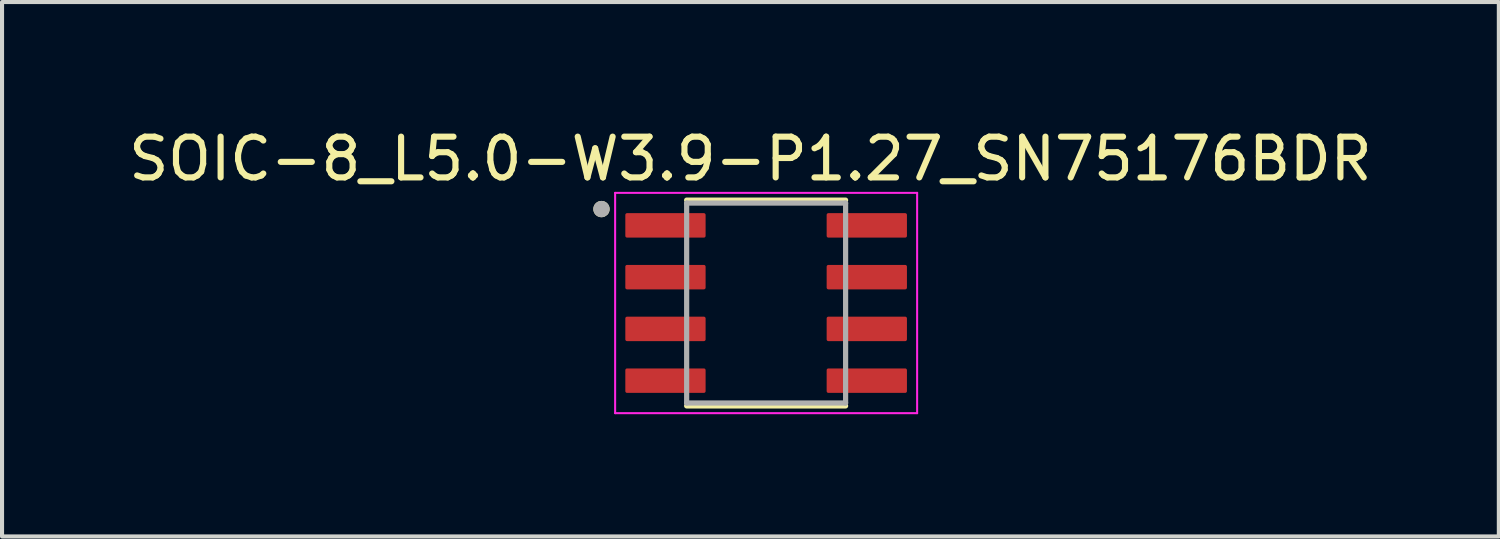
<source format=kicad_pcb>
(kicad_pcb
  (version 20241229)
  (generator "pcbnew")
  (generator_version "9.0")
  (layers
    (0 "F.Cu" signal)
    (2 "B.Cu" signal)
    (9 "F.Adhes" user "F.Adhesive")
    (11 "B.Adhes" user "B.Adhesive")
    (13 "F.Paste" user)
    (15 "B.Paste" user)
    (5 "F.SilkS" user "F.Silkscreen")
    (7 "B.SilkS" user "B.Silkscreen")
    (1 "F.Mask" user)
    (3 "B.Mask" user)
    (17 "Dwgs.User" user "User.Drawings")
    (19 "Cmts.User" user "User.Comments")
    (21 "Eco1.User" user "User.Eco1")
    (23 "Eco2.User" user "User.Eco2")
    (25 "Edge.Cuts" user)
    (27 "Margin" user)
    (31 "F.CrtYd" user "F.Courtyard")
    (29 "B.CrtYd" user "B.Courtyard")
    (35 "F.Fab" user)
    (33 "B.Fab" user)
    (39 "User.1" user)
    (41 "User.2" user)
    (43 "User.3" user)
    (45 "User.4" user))
  (footprint "SOIC-8_L5.0-W3.9-P1.27_SN75176BDR"
    (layer "F.Cu")
    (at 15.748 4.385)
    (property "Reference" "SOIC-8_L5.0-W3.9-P1.27_SN75176BDR" (at -0.385 -3.537 0) (layer "F.SilkS") (effects (font (size 1 1) (thickness 0.15))))
    (attr smd)
    (fp_line (start -1.95 -2.525) (end 1.95 -2.525) (stroke (width 0.127) (type solid)) (layer "F.SilkS"))
    (fp_line (start -1.95 2.525) (end 1.95 2.525) (stroke (width 0.127) (type solid)) (layer "F.SilkS"))
    (fp_circle (center -4.04 -2.305) (end -3.94 -2.305) (stroke (width 0.2) (type solid)) (fill no) (layer "F.SilkS"))
    (fp_line (start -3.705 -2.703) (end -3.705 2.703) (stroke (width 0.05) (type solid)) (layer "F.CrtYd"))
    (fp_line (start -3.705 -2.703) (end 3.705 -2.703) (stroke (width 0.05) (type solid)) (layer "F.CrtYd"))
    (fp_line (start -3.705 2.703) (end 3.705 2.703) (stroke (width 0.05) (type solid)) (layer "F.CrtYd"))
    (fp_line (start 3.705 -2.703) (end 3.705 2.703) (stroke (width 0.05) (type solid)) (layer "F.CrtYd"))
    (fp_line (start -1.95 -2.453) (end -1.95 2.453) (stroke (width 0.127) (type solid)) (layer "F.Fab"))
    (fp_line (start -1.95 -2.453) (end 1.95 -2.453) (stroke (width 0.127) (type solid)) (layer "F.Fab"))
    (fp_line (start -1.95 2.453) (end 1.95 2.453) (stroke (width 0.127) (type solid)) (layer "F.Fab"))
    (fp_line (start 1.95 -2.453) (end 1.95 2.453) (stroke (width 0.127) (type solid)) (layer "F.Fab"))
    (fp_circle (center -4.04 -2.305) (end -3.94 -2.305) (stroke (width 0.2) (type solid)) (fill no) (layer "F.Fab"))
    (pad "1" smd roundrect (at -2.47 -1.905) (size 1.97 0.6) (layers "F.Cu" "F.Mask" "F.Paste") (roundrect_rratio 0.07))
    (pad "2" smd roundrect (at -2.47 -0.635) (size 1.97 0.6) (layers "F.Cu" "F.Mask" "F.Paste") (roundrect_rratio 0.07))
    (pad "3" smd roundrect (at -2.47 0.635) (size 1.97 0.6) (layers "F.Cu" "F.Mask" "F.Paste") (roundrect_rratio 0.07))
    (pad "4" smd roundrect (at -2.47 1.905) (size 1.97 0.6) (layers "F.Cu" "F.Mask" "F.Paste") (roundrect_rratio 0.07))
    (pad "5" smd roundrect (at 2.47 1.905) (size 1.97 0.6) (layers "F.Cu" "F.Mask" "F.Paste") (roundrect_rratio 0.07))
    (pad "6" smd roundrect (at 2.47 0.635) (size 1.97 0.6) (layers "F.Cu" "F.Mask" "F.Paste") (roundrect_rratio 0.07))
    (pad "7" smd roundrect (at 2.47 -0.635) (size 1.97 0.6) (layers "F.Cu" "F.Mask" "F.Paste") (roundrect_rratio 0.07))
    (pad "8" smd roundrect (at 2.47 -1.905) (size 1.97 0.6) (layers "F.Cu" "F.Mask" "F.Paste") (roundrect_rratio 0.07)))
  (gr_rect
    (start -3 -3)
    (end 33.726 10.113)
    (stroke (width 0.1) (type default))
    (fill no)
    (layer "Edge.Cuts")))
</source>
